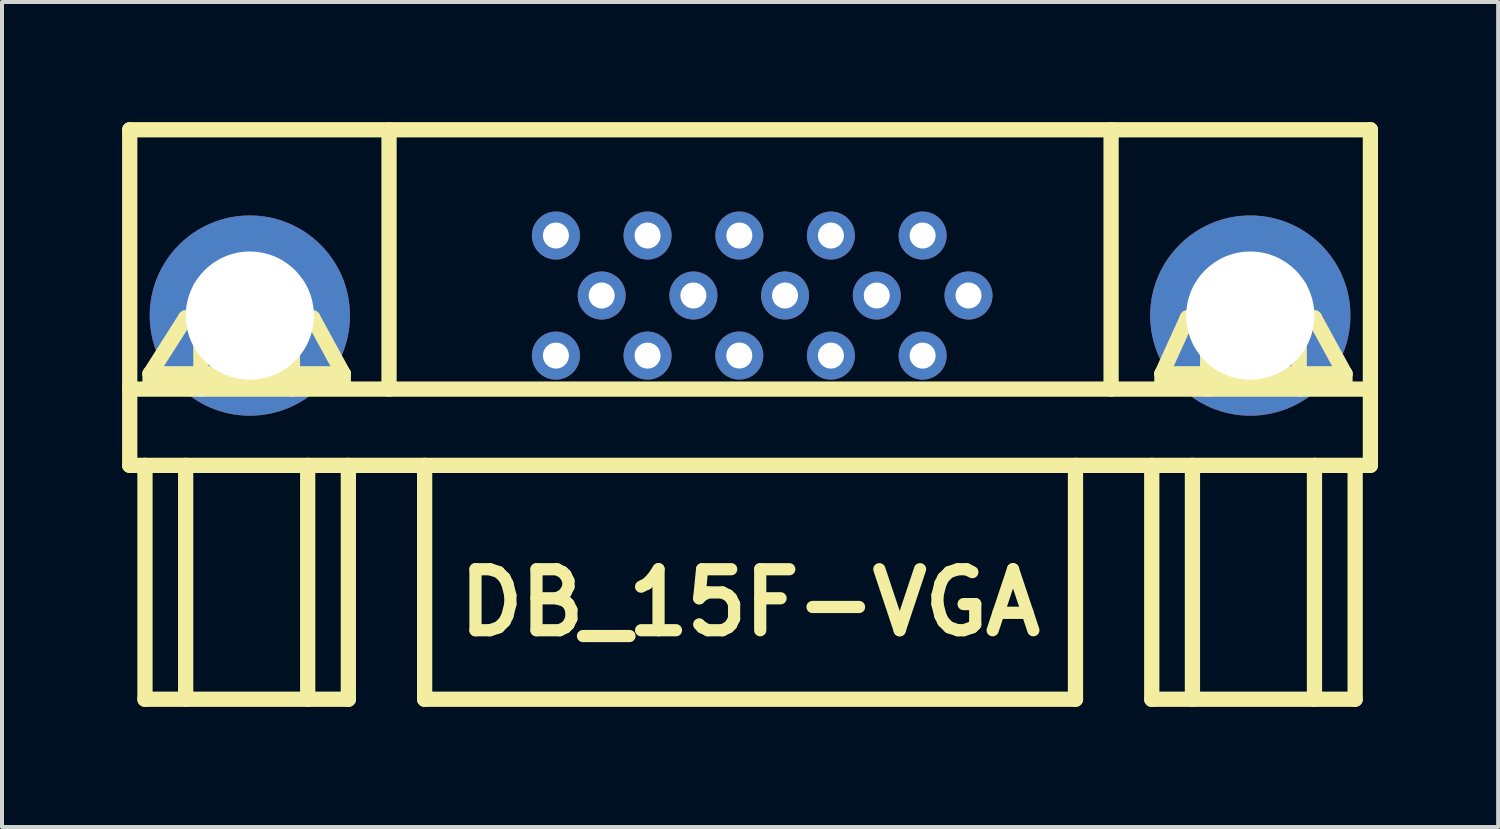
<source format=kicad_pcb>
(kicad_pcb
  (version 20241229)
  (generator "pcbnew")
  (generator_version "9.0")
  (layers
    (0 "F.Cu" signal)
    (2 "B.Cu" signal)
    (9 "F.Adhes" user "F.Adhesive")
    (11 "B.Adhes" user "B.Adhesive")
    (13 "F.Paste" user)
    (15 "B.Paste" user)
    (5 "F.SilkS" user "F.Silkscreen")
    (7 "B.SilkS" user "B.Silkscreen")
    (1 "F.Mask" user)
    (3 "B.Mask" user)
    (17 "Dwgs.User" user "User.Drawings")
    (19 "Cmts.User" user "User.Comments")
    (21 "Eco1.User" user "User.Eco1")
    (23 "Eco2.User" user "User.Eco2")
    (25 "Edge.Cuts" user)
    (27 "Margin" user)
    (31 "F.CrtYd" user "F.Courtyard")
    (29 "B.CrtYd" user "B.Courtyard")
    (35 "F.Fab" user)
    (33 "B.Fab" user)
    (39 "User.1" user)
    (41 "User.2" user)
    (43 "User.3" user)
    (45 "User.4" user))
  (footprint "DB_15F-VGA"
    (layer "F.Cu")
    (at 15.684 7.303)
    (property "Reference" "DB_15F-VGA" (at 0 4.699 0) (layer "F.SilkS") (effects (font (size 1.524 1.524) (thickness 0.305))))
    (attr through_hole)
    (fp_line (start -15.494 -0.635) (end 15.494 -0.635) (stroke (width 0.381) (type solid)) (layer "F.SilkS"))
    (fp_line (start -15.494 1.27) (end -15.494 -7.112) (stroke (width 0.381) (type solid)) (layer "F.SilkS"))
    (fp_line (start -15.494 1.27) (end 15.494 1.27) (stroke (width 0.381) (type solid)) (layer "F.SilkS"))
    (fp_line (start -15.113 1.27) (end -15.113 7.112) (stroke (width 0.381) (type solid)) (layer "F.SilkS"))
    (fp_line (start -15.113 7.112) (end -10.033 7.112) (stroke (width 0.381) (type solid)) (layer "F.SilkS"))
    (fp_line (start -14.986 -1.016) (end -14.986 -0.762) (stroke (width 0.381) (type solid)) (layer "F.SilkS"))
    (fp_line (start -14.986 -0.762) (end -10.16 -0.762) (stroke (width 0.381) (type solid)) (layer "F.SilkS"))
    (fp_line (start -14.097 -2.413) (end -14.986 -1.016) (stroke (width 0.381) (type solid)) (layer "F.SilkS"))
    (fp_line (start -14.097 -2.413) (end -10.922 -2.413) (stroke (width 0.381) (type solid)) (layer "F.SilkS"))
    (fp_line (start -14.097 1.27) (end -14.097 7.112) (stroke (width 0.381) (type solid)) (layer "F.SilkS"))
    (fp_line (start -13.716 -3.175) (end -11.43 -3.175) (stroke (width 0.381) (type solid)) (layer "F.SilkS"))
    (fp_line (start -13.716 -0.635) (end -13.716 -3.175) (stroke (width 0.381) (type solid)) (layer "F.SilkS"))
    (fp_line (start -11.43 -3.175) (end -11.43 -0.635) (stroke (width 0.381) (type solid)) (layer "F.SilkS"))
    (fp_line (start -11.049 1.27) (end -11.049 7.112) (stroke (width 0.381) (type solid)) (layer "F.SilkS"))
    (fp_line (start -10.922 -2.413) (end -10.16 -1.016) (stroke (width 0.381) (type solid)) (layer "F.SilkS"))
    (fp_line (start -10.16 -1.016) (end -14.986 -1.016) (stroke (width 0.381) (type solid)) (layer "F.SilkS"))
    (fp_line (start -10.16 -0.762) (end -10.16 -1.016) (stroke (width 0.381) (type solid)) (layer "F.SilkS"))
    (fp_line (start -10.033 1.27) (end -10.033 7.112) (stroke (width 0.381) (type solid)) (layer "F.SilkS"))
    (fp_line (start -9.017 -7.112) (end -9.017 -0.635) (stroke (width 0.381) (type solid)) (layer "F.SilkS"))
    (fp_line (start -8.128 1.27) (end -8.128 7.112) (stroke (width 0.381) (type solid)) (layer "F.SilkS"))
    (fp_line (start -8.128 7.112) (end 8.128 7.112) (stroke (width 0.381) (type solid)) (layer "F.SilkS"))
    (fp_line (start 8.128 7.112) (end 8.128 1.27) (stroke (width 0.381) (type solid)) (layer "F.SilkS"))
    (fp_line (start 9.017 -0.635) (end 9.017 -7.112) (stroke (width 0.381) (type solid)) (layer "F.SilkS"))
    (fp_line (start 10.033 1.27) (end 10.033 7.112) (stroke (width 0.381) (type solid)) (layer "F.SilkS"))
    (fp_line (start 10.033 7.112) (end 15.113 7.112) (stroke (width 0.381) (type solid)) (layer "F.SilkS"))
    (fp_line (start 10.287 -1.016) (end 10.287 -0.762) (stroke (width 0.381) (type solid)) (layer "F.SilkS"))
    (fp_line (start 10.287 -0.762) (end 14.859 -0.762) (stroke (width 0.381) (type solid)) (layer "F.SilkS"))
    (fp_line (start 10.922 -2.413) (end 10.287 -1.016) (stroke (width 0.381) (type solid)) (layer "F.SilkS"))
    (fp_line (start 10.922 -2.413) (end 14.097 -2.413) (stroke (width 0.381) (type solid)) (layer "F.SilkS"))
    (fp_line (start 11.049 1.27) (end 11.049 7.112) (stroke (width 0.381) (type solid)) (layer "F.SilkS"))
    (fp_line (start 11.43 -3.175) (end 13.716 -3.175) (stroke (width 0.381) (type solid)) (layer "F.SilkS"))
    (fp_line (start 11.43 -0.635) (end 11.43 -3.175) (stroke (width 0.381) (type solid)) (layer "F.SilkS"))
    (fp_line (start 13.716 -3.175) (end 13.716 -0.635) (stroke (width 0.381) (type solid)) (layer "F.SilkS"))
    (fp_line (start 14.097 -2.413) (end 14.859 -1.016) (stroke (width 0.381) (type solid)) (layer "F.SilkS"))
    (fp_line (start 14.097 1.27) (end 14.097 7.112) (stroke (width 0.381) (type solid)) (layer "F.SilkS"))
    (fp_line (start 14.859 -1.016) (end 10.287 -1.016) (stroke (width 0.381) (type solid)) (layer "F.SilkS"))
    (fp_line (start 14.859 -0.762) (end 14.859 -1.016) (stroke (width 0.381) (type solid)) (layer "F.SilkS"))
    (fp_line (start 15.113 7.112) (end 15.113 1.397) (stroke (width 0.381) (type solid)) (layer "F.SilkS"))
    (fp_line (start 15.494 -7.112) (end -15.494 -7.112) (stroke (width 0.381) (type solid)) (layer "F.SilkS"))
    (fp_line (start 15.494 -7.112) (end 15.494 1.27) (stroke (width 0.381) (type solid)) (layer "F.SilkS"))
    (pad "" thru_hole circle (at -12.494 -2.471) (size 5.001 5.001) (drill 3.2) (layers "*.Cu" "*.Mask"))
    (pad "" thru_hole circle (at 12.494 -2.471) (size 5.001 5.001) (drill 3.2) (layers "*.Cu" "*.Mask"))
    (pad "1" thru_hole circle (at 4.31 -4.47) (size 1.199 1.199) (drill 0.65) (layers "*.Cu" "*.Mask"))
    (pad "2" thru_hole circle (at 2.019 -4.47) (size 1.199 1.199) (drill 0.65) (layers "*.Cu" "*.Mask"))
    (pad "3" thru_hole circle (at -0.267 -4.47) (size 1.199 1.199) (drill 0.65) (layers "*.Cu" "*.Mask"))
    (pad "4" thru_hole circle (at -2.56 -4.47) (size 1.199 1.199) (drill 0.65) (layers "*.Cu" "*.Mask"))
    (pad "5" thru_hole circle (at -4.849 -4.47) (size 1.199 1.199) (drill 0.65) (layers "*.Cu" "*.Mask"))
    (pad "6" thru_hole circle (at 5.456 -2.972) (size 1.199 1.199) (drill 0.65) (layers "*.Cu" "*.Mask"))
    (pad "7" thru_hole circle (at 3.165 -2.972) (size 1.199 1.199) (drill 0.65) (layers "*.Cu" "*.Mask"))
    (pad "8" thru_hole circle (at 0.874 -2.972) (size 1.199 1.199) (drill 0.65) (layers "*.Cu" "*.Mask"))
    (pad "9" thru_hole circle (at -1.415 -2.972) (size 1.199 1.199) (drill 0.65) (layers "*.Cu" "*.Mask"))
    (pad "10" thru_hole circle (at -3.706 -2.972) (size 1.199 1.199) (drill 0.65) (layers "*.Cu" "*.Mask"))
    (pad "11" thru_hole circle (at 4.31 -1.471) (size 1.199 1.199) (drill 0.65) (layers "*.Cu" "*.Mask"))
    (pad "12" thru_hole circle (at 2.019 -1.471) (size 1.199 1.199) (drill 0.65) (layers "*.Cu" "*.Mask"))
    (pad "13" thru_hole circle (at -0.269 -1.473) (size 1.199 1.199) (drill 0.65) (layers "*.Cu" "*.Mask"))
    (pad "14" thru_hole circle (at -2.56 -1.471) (size 1.199 1.199) (drill 0.65) (layers "*.Cu" "*.Mask"))
    (pad "15" thru_hole circle (at -4.849 -1.471) (size 1.199 1.199) (drill 0.65) (layers "*.Cu" "*.Mask")))
  (gr_rect
    (start -3 -3)
    (end 34.369 17.605)
    (stroke (width 0.1) (type default))
    (fill no)
    (layer "Edge.Cuts")))
</source>
